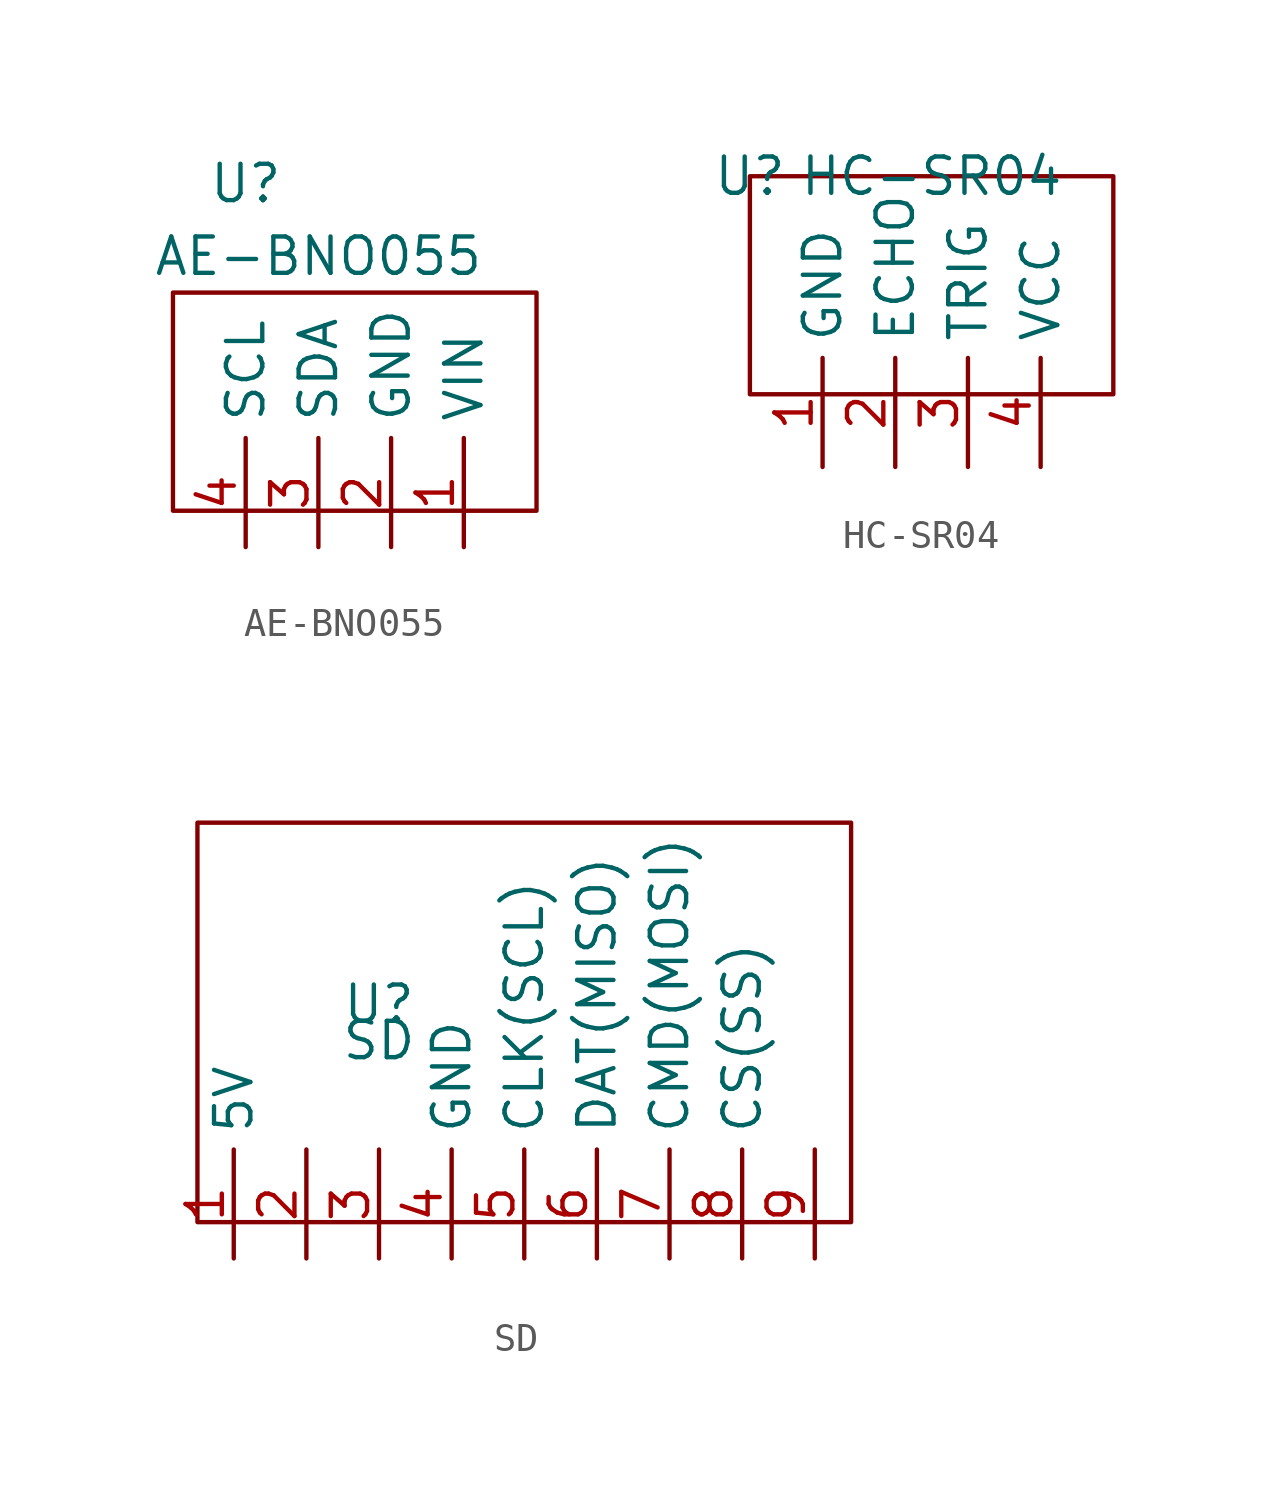
<source format=kicad_sym>
(kicad_symbol_lib
  (version 20211014)
  (generator kicad_symbol_editor)
  (symbol "AE-BNO055"
    (property "Reference" "U"
      (at -6.35 11.43 0)
      (effects (font (size 1.27 1.27))))
    (property "Value" "AE-BNO055"
      (at -3.81 8.89 0)
      (effects (font (size 1.27 1.27))))
    (symbol "AE-BNO055_0_1"
      (rectangle (start 3.81 0) (end -8.89 7.62) (stroke (width 0) (type default) (color 0 0 0 0)) (fill (type none))))
    (symbol "AE-BNO055_1_1"
      (pin passive line (at 1.27 -1.27 90) (length 3.81) (name "VIN" (effects (font (size 1.27 1.27)))) (number "1" (effects (font (size 1.27 1.27)))))
      (pin passive line (at -1.27 -1.27 90) (length 3.81) (name "GND" (effects (font (size 1.27 1.27)))) (number "2" (effects (font (size 1.27 1.27)))))
      (pin passive line (at -3.81 -1.27 90) (length 3.81) (name "SDA" (effects (font (size 1.27 1.27)))) (number "3" (effects (font (size 1.27 1.27)))))
      (pin passive line (at -6.35 -1.27 90) (length 3.81) (name "SCL" (effects (font (size 1.27 1.27)))) (number "4" (effects (font (size 1.27 1.27)))))))
  (symbol "HC-SR04"
    (property "Reference" "U"
      (at -6.35 10.16 0)
      (effects (font (size 1.27 1.27))))
    (property "Value" "HC-SR04"
      (at 0 10.16 0)
      (effects (font (size 1.27 1.27))))
    (symbol "HC-SR04_0_1"
      (rectangle (start -6.35 2.54) (end 6.35 10.16) (stroke (width 0) (type default) (color 0 0 0 0)) (fill (type none))))
    (symbol "HC-SR04_1_1"
      (pin passive line (at -3.81 0 90) (length 3.81) (name "GND" (effects (font (size 1.27 1.27)))) (number "1" (effects (font (size 1.27 1.27)))))
      (pin passive line (at -1.27 0 90) (length 3.81) (name "ECHO" (effects (font (size 1.27 1.27)))) (number "2" (effects (font (size 1.27 1.27)))))
      (pin passive line (at 1.27 0 90) (length 3.81) (name "TRIG" (effects (font (size 1.27 1.27)))) (number "3" (effects (font (size 1.27 1.27)))))
      (pin passive line (at 3.81 0 90) (length 3.81) (name "VCC" (effects (font (size 1.27 1.27)))) (number "4" (effects (font (size 1.27 1.27)))))))
  (symbol "SD"
    (property "Reference" "U"
      (at -2.54 8.89 0)
      (effects (font (size 1.27 1.27))))
    (property "Value" "SD"
      (at -2.54 7.62 0)
      (effects (font (size 1.27 1.27))))
    (symbol "SD_0_1"
      (rectangle (start 13.97 1.27) (end -8.89 15.24) (stroke (width 0) (type default) (color 0 0 0 0)) (fill (type none))))
    (symbol "SD_1_1"
      (pin passive line (at -7.62 0 90) (length 3.81) (name "5V" (effects (font (size 1.27 1.27)))) (number "1" (effects (font (size 1.27 1.27)))))
      (pin passive line (at -5.08 0 90) (length 3.81) (name "" (effects (font (size 1.27 1.27)))) (number "2" (effects (font (size 1.27 1.27)))))
      (pin passive line (at -2.54 0 90) (length 3.81) (name "" (effects (font (size 1.27 1.27)))) (number "3" (effects (font (size 1.27 1.27)))))
      (pin passive line (at 0 0 90) (length 3.81) (name "GND" (effects (font (size 1.27 1.27)))) (number "4" (effects (font (size 1.27 1.27)))))
      (pin passive line (at 2.54 0 90) (length 3.81) (name "CLK(SCL)" (effects (font (size 1.27 1.27)))) (number "5" (effects (font (size 1.27 1.27)))))
      (pin passive line (at 5.08 0 90) (length 3.81) (name "DAT(MISO)" (effects (font (size 1.27 1.27)))) (number "6" (effects (font (size 1.27 1.27)))))
      (pin passive line (at 7.62 0 90) (length 3.81) (name "CMD(MOSI)" (effects (font (size 1.27 1.27)))) (number "7" (effects (font (size 1.27 1.27)))))
      (pin passive line (at 10.16 0 90) (length 3.81) (name "CS(SS)" (effects (font (size 1.27 1.27)))) (number "8" (effects (font (size 1.27 1.27)))))
      (pin passive line (at 12.7 0 90) (length 3.81) (name "" (effects (font (size 1.27 1.27)))) (number "9" (effects (font (size 1.27 1.27))))))))
</source>
